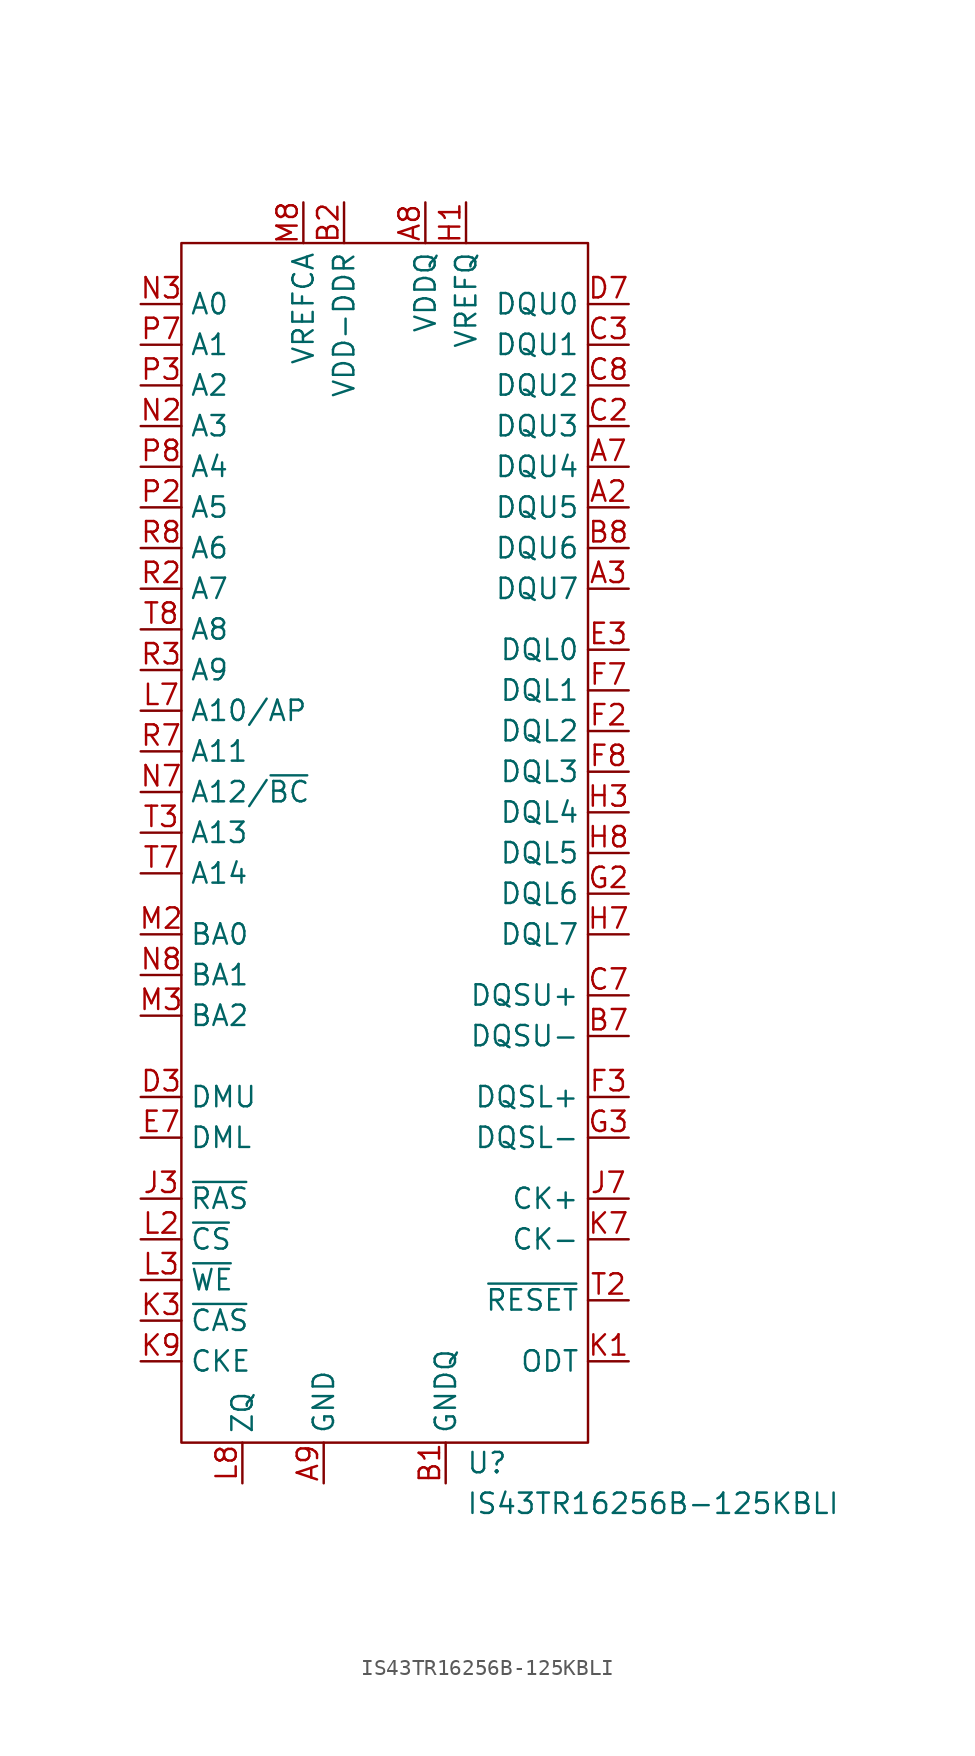
<source format=kicad_sym>
(kicad_symbol_lib
  (version 20220914)
  (generator kicad_symbol_editor)
  (symbol "IS43TR16256B-125KBLI"
    (property "Reference" "U"
      (at 17.78 -76.2 0)
      (effects (font (size 1.27 1.27)) (justify left)))
    (property "Value" "IS43TR16256B-125KBLI"
      (at 17.78 -78.74 0)
      (effects (font (size 1.27 1.27)) (justify left)))
    (symbol "IS43TR16256B-125KBLI_0_0"
      (pin power_in line (at 15.24 2.54 270) (length 2.54) hide (name "VDDQ" (effects (font (size 1.27 1.27)))) (number "A1" (effects (font (size 1.27 1.27)))))
      (pin bidirectional line (at 27.94 -16.51 180) (length 2.54) (name "DQU5" (effects (font (size 1.27 1.27)))) (number "A2" (effects (font (size 1.27 1.27)))))
      (pin bidirectional line (at 27.94 -21.59 180) (length 2.54) (name "DQU7" (effects (font (size 1.27 1.27)))) (number "A3" (effects (font (size 1.27 1.27)))))
      (pin bidirectional line (at 27.94 -13.97 180) (length 2.54) (name "DQU4" (effects (font (size 1.27 1.27)))) (number "A7" (effects (font (size 1.27 1.27)))))
      (pin power_in line (at 15.24 2.54 270) (length 2.54) (name "VDDQ" (effects (font (size 1.27 1.27)))) (number "A8" (effects (font (size 1.27 1.27)))))
      (pin power_in line (at 8.89 -77.47 90) (length 2.54) (name "GND" (effects (font (size 1.27 1.27)))) (number "A9" (effects (font (size 1.27 1.27)))))
      (pin power_in line (at 16.51 -77.47 90) (length 2.54) (name "GNDQ" (effects (font (size 1.27 1.27)))) (number "B1" (effects (font (size 1.27 1.27)))))
      (pin power_in line (at 10.16 2.54 270) (length 2.54) (name "VDD-DDR" (effects (font (size 1.27 1.27)))) (number "B2" (effects (font (size 1.27 1.27)))))
      (pin power_in line (at 8.89 -77.47 90) (length 2.54) hide (name "GND" (effects (font (size 1.27 1.27)))) (number "B3" (effects (font (size 1.27 1.27)))))
      (pin bidirectional line (at 27.94 -49.53 180) (length 2.54) (name "DQSU-" (effects (font (size 1.27 1.27)))) (number "B7" (effects (font (size 1.27 1.27)))))
      (pin bidirectional line (at 27.94 -19.05 180) (length 2.54) (name "DQU6" (effects (font (size 1.27 1.27)))) (number "B8" (effects (font (size 1.27 1.27)))))
      (pin power_in line (at 16.51 -77.47 90) (length 2.54) hide (name "GNDQ" (effects (font (size 1.27 1.27)))) (number "B9" (effects (font (size 1.27 1.27)))))
      (pin power_in line (at 15.24 2.54 270) (length 2.54) hide (name "VDDQ" (effects (font (size 1.27 1.27)))) (number "C1" (effects (font (size 1.27 1.27)))))
      (pin bidirectional line (at 27.94 -11.43 180) (length 2.54) (name "DQU3" (effects (font (size 1.27 1.27)))) (number "C2" (effects (font (size 1.27 1.27)))))
      (pin bidirectional line (at 27.94 -6.35 180) (length 2.54) (name "DQU1" (effects (font (size 1.27 1.27)))) (number "C3" (effects (font (size 1.27 1.27)))))
      (pin bidirectional line (at 27.94 -46.99 180) (length 2.54) (name "DQSU+" (effects (font (size 1.27 1.27)))) (number "C7" (effects (font (size 1.27 1.27)))))
      (pin bidirectional line (at 27.94 -8.89 180) (length 2.54) (name "DQU2" (effects (font (size 1.27 1.27)))) (number "C8" (effects (font (size 1.27 1.27)))))
      (pin power_in line (at 15.24 2.54 270) (length 2.54) hide (name "VDDQ" (effects (font (size 1.27 1.27)))) (number "C9" (effects (font (size 1.27 1.27)))))
      (pin power_in line (at 16.51 -77.47 90) (length 2.54) hide (name "GNDQ" (effects (font (size 1.27 1.27)))) (number "D1" (effects (font (size 1.27 1.27)))))
      (pin power_in line (at 15.24 2.54 270) (length 2.54) hide (name "VDDQ" (effects (font (size 1.27 1.27)))) (number "D2" (effects (font (size 1.27 1.27)))))
      (pin input line (at -2.54 -53.34 0) (length 2.54) (name "DMU" (effects (font (size 1.27 1.27)))) (number "D3" (effects (font (size 1.27 1.27)))))
      (pin bidirectional line (at 27.94 -3.81 180) (length 2.54) (name "DQU0" (effects (font (size 1.27 1.27)))) (number "D7" (effects (font (size 1.27 1.27)))))
      (pin power_in line (at 16.51 -77.47 90) (length 2.54) hide (name "GNDQ" (effects (font (size 1.27 1.27)))) (number "D8" (effects (font (size 1.27 1.27)))))
      (pin power_in line (at 10.16 2.54 270) (length 2.54) hide (name "VDD-DDR" (effects (font (size 1.27 1.27)))) (number "D9" (effects (font (size 1.27 1.27)))))
      (pin power_in line (at 8.89 -77.47 90) (length 2.54) hide (name "GND" (effects (font (size 1.27 1.27)))) (number "E1" (effects (font (size 1.27 1.27)))))
      (pin power_in line (at 16.51 -77.47 90) (length 2.54) hide (name "GNDQ" (effects (font (size 1.27 1.27)))) (number "E2" (effects (font (size 1.27 1.27)))))
      (pin bidirectional line (at 27.94 -25.4 180) (length 2.54) (name "DQL0" (effects (font (size 1.27 1.27)))) (number "E3" (effects (font (size 1.27 1.27)))))
      (pin input line (at -2.54 -55.88 0) (length 2.54) (name "DML" (effects (font (size 1.27 1.27)))) (number "E7" (effects (font (size 1.27 1.27)))))
      (pin power_in line (at 16.51 -77.47 90) (length 2.54) hide (name "GNDQ" (effects (font (size 1.27 1.27)))) (number "E8" (effects (font (size 1.27 1.27)))))
      (pin power_in line (at 15.24 2.54 270) (length 2.54) hide (name "VDDQ" (effects (font (size 1.27 1.27)))) (number "E9" (effects (font (size 1.27 1.27)))))
      (pin power_in line (at 15.24 2.54 270) (length 2.54) hide (name "VDDQ" (effects (font (size 1.27 1.27)))) (number "F1" (effects (font (size 1.27 1.27)))))
      (pin bidirectional line (at 27.94 -30.48 180) (length 2.54) (name "DQL2" (effects (font (size 1.27 1.27)))) (number "F2" (effects (font (size 1.27 1.27)))))
      (pin bidirectional line (at 27.94 -53.34 180) (length 2.54) (name "DQSL+" (effects (font (size 1.27 1.27)))) (number "F3" (effects (font (size 1.27 1.27)))))
      (pin bidirectional line (at 27.94 -27.94 180) (length 2.54) (name "DQL1" (effects (font (size 1.27 1.27)))) (number "F7" (effects (font (size 1.27 1.27)))))
      (pin bidirectional line (at 27.94 -33.02 180) (length 2.54) (name "DQL3" (effects (font (size 1.27 1.27)))) (number "F8" (effects (font (size 1.27 1.27)))))
      (pin power_in line (at 16.51 -77.47 90) (length 2.54) hide (name "GNDQ" (effects (font (size 1.27 1.27)))) (number "F9" (effects (font (size 1.27 1.27)))))
      (pin power_in line (at 16.51 -77.47 90) (length 2.54) hide (name "GNDQ" (effects (font (size 1.27 1.27)))) (number "G1" (effects (font (size 1.27 1.27)))))
      (pin bidirectional line (at 27.94 -40.64 180) (length 2.54) (name "DQL6" (effects (font (size 1.27 1.27)))) (number "G2" (effects (font (size 1.27 1.27)))))
      (pin bidirectional line (at 27.94 -55.88 180) (length 2.54) (name "DQSL-" (effects (font (size 1.27 1.27)))) (number "G3" (effects (font (size 1.27 1.27)))))
      (pin power_in line (at 10.16 2.54 270) (length 2.54) hide (name "VDD-DDR" (effects (font (size 1.27 1.27)))) (number "G7" (effects (font (size 1.27 1.27)))))
      (pin power_in line (at 8.89 -77.47 90) (length 2.54) hide (name "GND" (effects (font (size 1.27 1.27)))) (number "G8" (effects (font (size 1.27 1.27)))))
      (pin power_in line (at 16.51 -77.47 90) (length 2.54) hide (name "GNDQ" (effects (font (size 1.27 1.27)))) (number "G9" (effects (font (size 1.27 1.27)))))
      (pin power_in line (at 17.78 2.54 270) (length 2.54) (name "VREFQ" (effects (font (size 1.27 1.27)))) (number "H1" (effects (font (size 1.27 1.27)))))
      (pin power_in line (at 15.24 2.54 270) (length 2.54) hide (name "VDDQ" (effects (font (size 1.27 1.27)))) (number "H2" (effects (font (size 1.27 1.27)))))
      (pin bidirectional line (at 27.94 -35.56 180) (length 2.54) (name "DQL4" (effects (font (size 1.27 1.27)))) (number "H3" (effects (font (size 1.27 1.27)))))
      (pin bidirectional line (at 27.94 -43.18 180) (length 2.54) (name "DQL7" (effects (font (size 1.27 1.27)))) (number "H7" (effects (font (size 1.27 1.27)))))
      (pin bidirectional line (at 27.94 -38.1 180) (length 2.54) (name "DQL5" (effects (font (size 1.27 1.27)))) (number "H8" (effects (font (size 1.27 1.27)))))
      (pin power_in line (at 15.24 2.54 270) (length 2.54) hide (name "VDDQ" (effects (font (size 1.27 1.27)))) (number "H9" (effects (font (size 1.27 1.27)))))
      (pin power_in line (at 8.89 -77.47 90) (length 2.54) hide (name "GND" (effects (font (size 1.27 1.27)))) (number "J1" (effects (font (size 1.27 1.27)))))
      (pin power_in line (at 8.89 -77.47 90) (length 2.54) hide (name "GND" (effects (font (size 1.27 1.27)))) (number "J2" (effects (font (size 1.27 1.27)))))
      (pin input line (at -2.54 -59.69 0) (length 2.54) (name "~{RAS}" (effects (font (size 1.27 1.27)))) (number "J3" (effects (font (size 1.27 1.27)))))
      (pin input line (at 27.94 -59.69 180) (length 2.54) (name "CK+" (effects (font (size 1.27 1.27)))) (number "J7" (effects (font (size 1.27 1.27)))))
      (pin power_in line (at 8.89 -77.47 90) (length 2.54) hide (name "GND" (effects (font (size 1.27 1.27)))) (number "J8" (effects (font (size 1.27 1.27)))))
      (pin power_in line (at 10.16 2.54 270) (length 2.54) hide (name "VDD-DDR" (effects (font (size 1.27 1.27)))) (number "J9" (effects (font (size 1.27 1.27)))))
      (pin input line (at 27.94 -69.85 180) (length 2.54) (name "ODT" (effects (font (size 1.27 1.27)))) (number "K1" (effects (font (size 1.27 1.27)))))
      (pin power_in line (at 10.16 2.54 270) (length 2.54) hide (name "VDD-DDR" (effects (font (size 1.27 1.27)))) (number "K2" (effects (font (size 1.27 1.27)))))
      (pin input line (at -2.54 -67.31 0) (length 2.54) (name "~{CAS}" (effects (font (size 1.27 1.27)))) (number "K3" (effects (font (size 1.27 1.27)))))
      (pin input line (at 27.94 -62.23 180) (length 2.54) (name "CK-" (effects (font (size 1.27 1.27)))) (number "K7" (effects (font (size 1.27 1.27)))))
      (pin power_in line (at 10.16 2.54 270) (length 2.54) hide (name "VDD-DDR" (effects (font (size 1.27 1.27)))) (number "K8" (effects (font (size 1.27 1.27)))))
      (pin input line (at -2.54 -69.85 0) (length 2.54) (name "CKE" (effects (font (size 1.27 1.27)))) (number "K9" (effects (font (size 1.27 1.27)))))
      (pin no_connect line (at 8.255 -45.085 90) (length 2.54) hide (name "NC" (effects (font (size 1.27 1.27)))) (number "L1" (effects (font (size 1.27 1.27)))))
      (pin input line (at -2.54 -62.23 0) (length 2.54) (name "~{CS}" (effects (font (size 1.27 1.27)))) (number "L2" (effects (font (size 1.27 1.27)))))
      (pin input line (at -2.54 -64.77 0) (length 2.54) (name "~{WE}" (effects (font (size 1.27 1.27)))) (number "L3" (effects (font (size 1.27 1.27)))))
      (pin input line (at -2.54 -29.21 0) (length 2.54) (name "A10/AP" (effects (font (size 1.27 1.27)))) (number "L7" (effects (font (size 1.27 1.27)))))
      (pin power_in line (at 3.81 -77.47 90) (length 2.54) (name "ZQ" (effects (font (size 1.27 1.27)))) (number "L8" (effects (font (size 1.27 1.27)))))
      (pin no_connect line (at 8.255 -45.085 90) (length 2.54) hide (name "NC" (effects (font (size 1.27 1.27)))) (number "L9" (effects (font (size 1.27 1.27)))))
      (pin power_in line (at 8.89 -77.47 90) (length 2.54) hide (name "GND" (effects (font (size 1.27 1.27)))) (number "M1" (effects (font (size 1.27 1.27)))))
      (pin input line (at -2.54 -43.18 0) (length 2.54) (name "BA0" (effects (font (size 1.27 1.27)))) (number "M2" (effects (font (size 1.27 1.27)))))
      (pin input line (at -2.54 -48.26 0) (length 2.54) (name "BA2" (effects (font (size 1.27 1.27)))) (number "M3" (effects (font (size 1.27 1.27)))))
      (pin no_connect line (at 8.255 -45.085 90) (length 2.54) hide (name "NC" (effects (font (size 1.27 1.27)))) (number "M7" (effects (font (size 1.27 1.27)))) (alternate "A15" input line))
      (pin power_in line (at 7.62 2.54 270) (length 2.54) (name "VREFCA" (effects (font (size 1.27 1.27)))) (number "M8" (effects (font (size 1.27 1.27)))))
      (pin power_in line (at 8.89 -77.47 90) (length 2.54) hide (name "GND" (effects (font (size 1.27 1.27)))) (number "M9" (effects (font (size 1.27 1.27)))))
      (pin power_in line (at 8.89 -77.47 90) (length 2.54) hide (name "GND" (effects (font (size 1.27 1.27)))) (number "N1" (effects (font (size 1.27 1.27)))))
      (pin input line (at -2.54 -11.43 0) (length 2.54) (name "A3" (effects (font (size 1.27 1.27)))) (number "N2" (effects (font (size 1.27 1.27)))))
      (pin input line (at -2.54 -3.81 0) (length 2.54) (name "A0" (effects (font (size 1.27 1.27)))) (number "N3" (effects (font (size 1.27 1.27)))))
      (pin input line (at -2.54 -34.29 0) (length 2.54) (name "A12/~{BC}" (effects (font (size 1.27 1.27)))) (number "N7" (effects (font (size 1.27 1.27)))))
      (pin input line (at -2.54 -45.72 0) (length 2.54) (name "BA1" (effects (font (size 1.27 1.27)))) (number "N8" (effects (font (size 1.27 1.27)))))
      (pin power_in line (at 10.16 2.54 270) (length 2.54) hide (name "VDD-DDR" (effects (font (size 1.27 1.27)))) (number "N9" (effects (font (size 1.27 1.27)))))
      (pin power_in line (at 8.89 -77.47 90) (length 2.54) hide (name "GND" (effects (font (size 1.27 1.27)))) (number "P1" (effects (font (size 1.27 1.27)))))
      (pin input line (at -2.54 -16.51 0) (length 2.54) (name "A5" (effects (font (size 1.27 1.27)))) (number "P2" (effects (font (size 1.27 1.27)))))
      (pin input line (at -2.54 -8.89 0) (length 2.54) (name "A2" (effects (font (size 1.27 1.27)))) (number "P3" (effects (font (size 1.27 1.27)))))
      (pin input line (at -2.54 -6.35 0) (length 2.54) (name "A1" (effects (font (size 1.27 1.27)))) (number "P7" (effects (font (size 1.27 1.27)))))
      (pin input line (at -2.54 -13.97 0) (length 2.54) (name "A4" (effects (font (size 1.27 1.27)))) (number "P8" (effects (font (size 1.27 1.27)))))
      (pin power_in line (at 8.89 -77.47 90) (length 2.54) hide (name "GND" (effects (font (size 1.27 1.27)))) (number "P9" (effects (font (size 1.27 1.27)))))
      (pin power_in line (at 10.16 2.54 270) (length 2.54) hide (name "VDD-DDR" (effects (font (size 1.27 1.27)))) (number "R1" (effects (font (size 1.27 1.27)))))
      (pin input line (at -2.54 -21.59 0) (length 2.54) (name "A7" (effects (font (size 1.27 1.27)))) (number "R2" (effects (font (size 1.27 1.27)))))
      (pin input line (at -2.54 -26.67 0) (length 2.54) (name "A9" (effects (font (size 1.27 1.27)))) (number "R3" (effects (font (size 1.27 1.27)))))
      (pin input line (at -2.54 -31.75 0) (length 2.54) (name "A11" (effects (font (size 1.27 1.27)))) (number "R7" (effects (font (size 1.27 1.27)))))
      (pin input line (at -2.54 -19.05 0) (length 2.54) (name "A6" (effects (font (size 1.27 1.27)))) (number "R8" (effects (font (size 1.27 1.27)))))
      (pin power_in line (at 10.16 2.54 270) (length 2.54) hide (name "VDD-DDR" (effects (font (size 1.27 1.27)))) (number "R9" (effects (font (size 1.27 1.27)))))
      (pin power_in line (at 8.89 -77.47 90) (length 2.54) hide (name "GND" (effects (font (size 1.27 1.27)))) (number "T1" (effects (font (size 1.27 1.27)))))
      (pin input line (at 27.94 -66.04 180) (length 2.54) (name "~{RESET}" (effects (font (size 1.27 1.27)))) (number "T2" (effects (font (size 1.27 1.27)))))
      (pin input line (at -2.54 -36.83 0) (length 2.54) (name "A13" (effects (font (size 1.27 1.27)))) (number "T3" (effects (font (size 1.27 1.27)))))
      (pin input line (at -2.54 -39.37 0) (length 2.54) (name "A14" (effects (font (size 1.27 1.27)))) (number "T7" (effects (font (size 1.27 1.27)))))
      (pin input line (at -2.54 -24.13 0) (length 2.54) (name "A8" (effects (font (size 1.27 1.27)))) (number "T8" (effects (font (size 1.27 1.27)))))
      (pin power_in line (at 8.89 -77.47 90) (length 2.54) hide (name "GND" (effects (font (size 1.27 1.27)))) (number "T9" (effects (font (size 1.27 1.27))))))
    (symbol "IS43TR16256B-125KBLI_0_1"
      (rectangle (start 0 0) (end 25.4 -74.93) (stroke (width 0) (type default)) (fill (type none))))))
</source>
